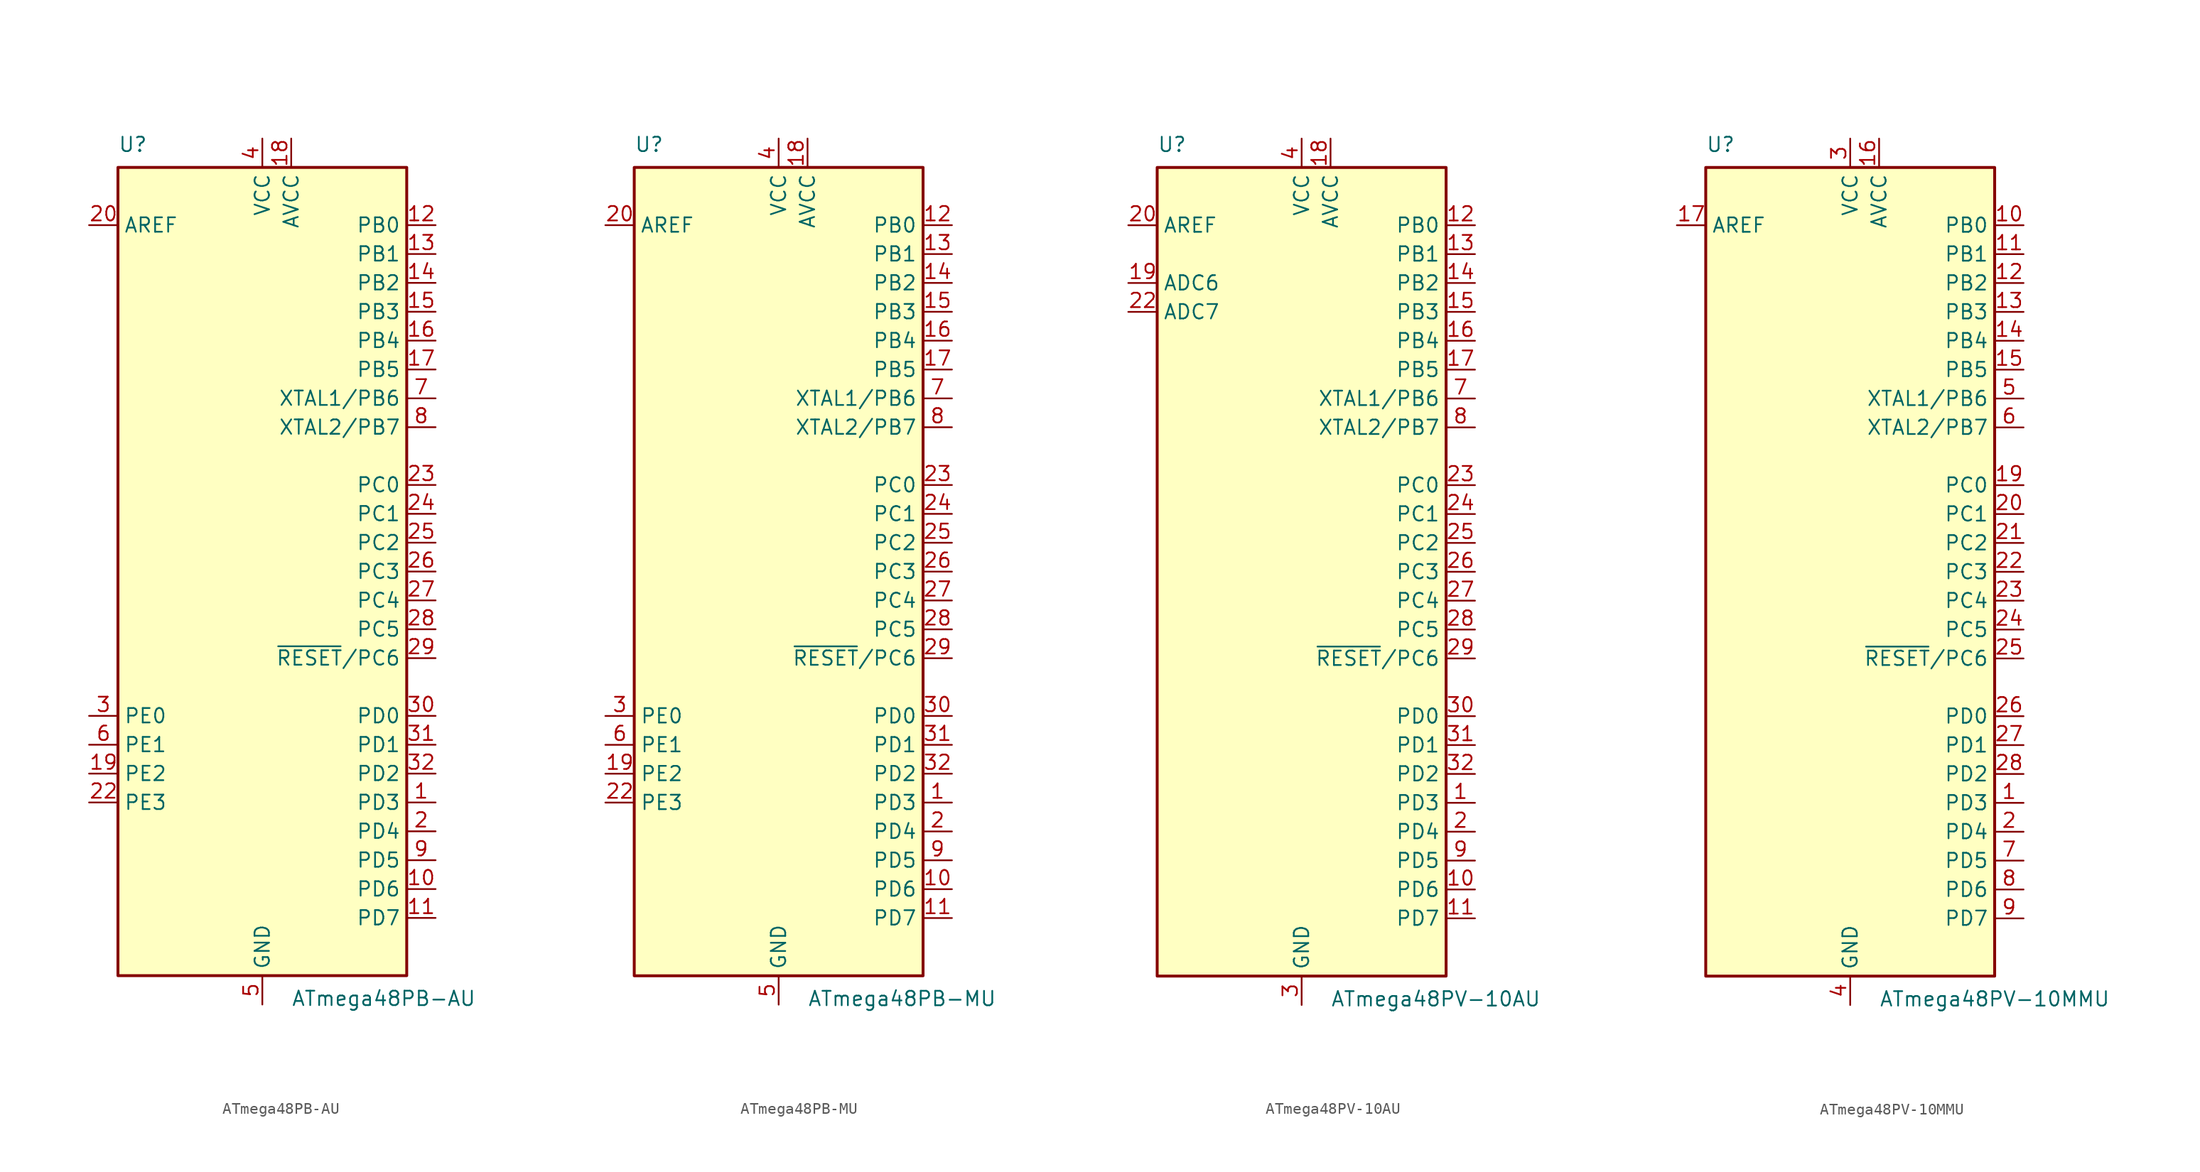
<source format=kicad_sym>
(kicad_symbol_lib
  (version 20201005)
  (generator kicad_symbol_editor)
  (symbol "ATmega48PB-AU"
    (property "Reference" "U"
      (at -12.7 36.83 0)
      (effects (font (size 1.27 1.27)) (justify left bottom)))
    (property "Value" "ATmega48PB-AU"
      (at 2.54 -36.83 0)
      (effects (font (size 1.27 1.27)) (justify left top)))
    (symbol "ATmega48PB-AU_0_1"
      (rectangle (start -12.7 -35.56) (end 12.7 35.56) (stroke (width 0.254)) (fill (type background))))
    (symbol "ATmega48PB-AU_1_1"
      (pin tri_state line (at 15.24 -20.32 180) (length 2.54) (name "PD3" (effects (font (size 1.27 1.27)))) (number "1" (effects (font (size 1.27 1.27)))))
      (pin tri_state line (at 15.24 -27.94 180) (length 2.54) (name "PD6" (effects (font (size 1.27 1.27)))) (number "10" (effects (font (size 1.27 1.27)))))
      (pin tri_state line (at 15.24 -30.48 180) (length 2.54) (name "PD7" (effects (font (size 1.27 1.27)))) (number "11" (effects (font (size 1.27 1.27)))))
      (pin tri_state line (at 15.24 30.48 180) (length 2.54) (name "PB0" (effects (font (size 1.27 1.27)))) (number "12" (effects (font (size 1.27 1.27)))))
      (pin tri_state line (at 15.24 27.94 180) (length 2.54) (name "PB1" (effects (font (size 1.27 1.27)))) (number "13" (effects (font (size 1.27 1.27)))))
      (pin tri_state line (at 15.24 25.4 180) (length 2.54) (name "PB2" (effects (font (size 1.27 1.27)))) (number "14" (effects (font (size 1.27 1.27)))))
      (pin tri_state line (at 15.24 22.86 180) (length 2.54) (name "PB3" (effects (font (size 1.27 1.27)))) (number "15" (effects (font (size 1.27 1.27)))))
      (pin tri_state line (at 15.24 20.32 180) (length 2.54) (name "PB4" (effects (font (size 1.27 1.27)))) (number "16" (effects (font (size 1.27 1.27)))))
      (pin tri_state line (at 15.24 17.78 180) (length 2.54) (name "PB5" (effects (font (size 1.27 1.27)))) (number "17" (effects (font (size 1.27 1.27)))))
      (pin power_in line (at 2.54 38.1 270) (length 2.54) (name "AVCC" (effects (font (size 1.27 1.27)))) (number "18" (effects (font (size 1.27 1.27)))))
      (pin tri_state line (at -15.24 -17.78 0) (length 2.54) (name "PE2" (effects (font (size 1.27 1.27)))) (number "19" (effects (font (size 1.27 1.27)))))
      (pin tri_state line (at 15.24 -22.86 180) (length 2.54) (name "PD4" (effects (font (size 1.27 1.27)))) (number "2" (effects (font (size 1.27 1.27)))))
      (pin passive line (at -15.24 30.48 0) (length 2.54) (name "AREF" (effects (font (size 1.27 1.27)))) (number "20" (effects (font (size 1.27 1.27)))))
      (pin passive line (at 0 -38.1 90) (length 2.54) hide (name "GND" (effects (font (size 1.27 1.27)))) (number "21" (effects (font (size 1.27 1.27)))))
      (pin tri_state line (at -15.24 -20.32 0) (length 2.54) (name "PE3" (effects (font (size 1.27 1.27)))) (number "22" (effects (font (size 1.27 1.27)))))
      (pin tri_state line (at 15.24 7.62 180) (length 2.54) (name "PC0" (effects (font (size 1.27 1.27)))) (number "23" (effects (font (size 1.27 1.27)))))
      (pin tri_state line (at 15.24 5.08 180) (length 2.54) (name "PC1" (effects (font (size 1.27 1.27)))) (number "24" (effects (font (size 1.27 1.27)))))
      (pin tri_state line (at 15.24 2.54 180) (length 2.54) (name "PC2" (effects (font (size 1.27 1.27)))) (number "25" (effects (font (size 1.27 1.27)))))
      (pin tri_state line (at 15.24 0 180) (length 2.54) (name "PC3" (effects (font (size 1.27 1.27)))) (number "26" (effects (font (size 1.27 1.27)))))
      (pin tri_state line (at 15.24 -2.54 180) (length 2.54) (name "PC4" (effects (font (size 1.27 1.27)))) (number "27" (effects (font (size 1.27 1.27)))))
      (pin tri_state line (at 15.24 -5.08 180) (length 2.54) (name "PC5" (effects (font (size 1.27 1.27)))) (number "28" (effects (font (size 1.27 1.27)))))
      (pin tri_state line (at 15.24 -7.62 180) (length 2.54) (name "~RESET~/PC6" (effects (font (size 1.27 1.27)))) (number "29" (effects (font (size 1.27 1.27)))))
      (pin tri_state line (at -15.24 -12.7 0) (length 2.54) (name "PE0" (effects (font (size 1.27 1.27)))) (number "3" (effects (font (size 1.27 1.27)))))
      (pin tri_state line (at 15.24 -12.7 180) (length 2.54) (name "PD0" (effects (font (size 1.27 1.27)))) (number "30" (effects (font (size 1.27 1.27)))))
      (pin tri_state line (at 15.24 -15.24 180) (length 2.54) (name "PD1" (effects (font (size 1.27 1.27)))) (number "31" (effects (font (size 1.27 1.27)))))
      (pin tri_state line (at 15.24 -17.78 180) (length 2.54) (name "PD2" (effects (font (size 1.27 1.27)))) (number "32" (effects (font (size 1.27 1.27)))))
      (pin power_in line (at 0 38.1 270) (length 2.54) (name "VCC" (effects (font (size 1.27 1.27)))) (number "4" (effects (font (size 1.27 1.27)))))
      (pin power_in line (at 0 -38.1 90) (length 2.54) (name "GND" (effects (font (size 1.27 1.27)))) (number "5" (effects (font (size 1.27 1.27)))))
      (pin tri_state line (at -15.24 -15.24 0) (length 2.54) (name "PE1" (effects (font (size 1.27 1.27)))) (number "6" (effects (font (size 1.27 1.27)))))
      (pin tri_state line (at 15.24 15.24 180) (length 2.54) (name "XTAL1/PB6" (effects (font (size 1.27 1.27)))) (number "7" (effects (font (size 1.27 1.27)))))
      (pin tri_state line (at 15.24 12.7 180) (length 2.54) (name "XTAL2/PB7" (effects (font (size 1.27 1.27)))) (number "8" (effects (font (size 1.27 1.27)))))
      (pin tri_state line (at 15.24 -25.4 180) (length 2.54) (name "PD5" (effects (font (size 1.27 1.27)))) (number "9" (effects (font (size 1.27 1.27)))))))
  (symbol "ATmega48PB-MU"
    (property "Reference" "U"
      (at -12.7 36.83 0)
      (effects (font (size 1.27 1.27)) (justify left bottom)))
    (property "Value" "ATmega48PB-MU"
      (at 2.54 -36.83 0)
      (effects (font (size 1.27 1.27)) (justify left top)))
    (symbol "ATmega48PB-MU_0_1"
      (rectangle (start -12.7 -35.56) (end 12.7 35.56) (stroke (width 0.254)) (fill (type background))))
    (symbol "ATmega48PB-MU_1_1"
      (pin tri_state line (at 15.24 -20.32 180) (length 2.54) (name "PD3" (effects (font (size 1.27 1.27)))) (number "1" (effects (font (size 1.27 1.27)))))
      (pin tri_state line (at 15.24 -27.94 180) (length 2.54) (name "PD6" (effects (font (size 1.27 1.27)))) (number "10" (effects (font (size 1.27 1.27)))))
      (pin tri_state line (at 15.24 -30.48 180) (length 2.54) (name "PD7" (effects (font (size 1.27 1.27)))) (number "11" (effects (font (size 1.27 1.27)))))
      (pin tri_state line (at 15.24 30.48 180) (length 2.54) (name "PB0" (effects (font (size 1.27 1.27)))) (number "12" (effects (font (size 1.27 1.27)))))
      (pin tri_state line (at 15.24 27.94 180) (length 2.54) (name "PB1" (effects (font (size 1.27 1.27)))) (number "13" (effects (font (size 1.27 1.27)))))
      (pin tri_state line (at 15.24 25.4 180) (length 2.54) (name "PB2" (effects (font (size 1.27 1.27)))) (number "14" (effects (font (size 1.27 1.27)))))
      (pin tri_state line (at 15.24 22.86 180) (length 2.54) (name "PB3" (effects (font (size 1.27 1.27)))) (number "15" (effects (font (size 1.27 1.27)))))
      (pin tri_state line (at 15.24 20.32 180) (length 2.54) (name "PB4" (effects (font (size 1.27 1.27)))) (number "16" (effects (font (size 1.27 1.27)))))
      (pin tri_state line (at 15.24 17.78 180) (length 2.54) (name "PB5" (effects (font (size 1.27 1.27)))) (number "17" (effects (font (size 1.27 1.27)))))
      (pin power_in line (at 2.54 38.1 270) (length 2.54) (name "AVCC" (effects (font (size 1.27 1.27)))) (number "18" (effects (font (size 1.27 1.27)))))
      (pin tri_state line (at -15.24 -17.78 0) (length 2.54) (name "PE2" (effects (font (size 1.27 1.27)))) (number "19" (effects (font (size 1.27 1.27)))))
      (pin tri_state line (at 15.24 -22.86 180) (length 2.54) (name "PD4" (effects (font (size 1.27 1.27)))) (number "2" (effects (font (size 1.27 1.27)))))
      (pin passive line (at -15.24 30.48 0) (length 2.54) (name "AREF" (effects (font (size 1.27 1.27)))) (number "20" (effects (font (size 1.27 1.27)))))
      (pin passive line (at 0 -38.1 90) (length 2.54) hide (name "GND" (effects (font (size 1.27 1.27)))) (number "21" (effects (font (size 1.27 1.27)))))
      (pin tri_state line (at -15.24 -20.32 0) (length 2.54) (name "PE3" (effects (font (size 1.27 1.27)))) (number "22" (effects (font (size 1.27 1.27)))))
      (pin tri_state line (at 15.24 7.62 180) (length 2.54) (name "PC0" (effects (font (size 1.27 1.27)))) (number "23" (effects (font (size 1.27 1.27)))))
      (pin tri_state line (at 15.24 5.08 180) (length 2.54) (name "PC1" (effects (font (size 1.27 1.27)))) (number "24" (effects (font (size 1.27 1.27)))))
      (pin tri_state line (at 15.24 2.54 180) (length 2.54) (name "PC2" (effects (font (size 1.27 1.27)))) (number "25" (effects (font (size 1.27 1.27)))))
      (pin tri_state line (at 15.24 0 180) (length 2.54) (name "PC3" (effects (font (size 1.27 1.27)))) (number "26" (effects (font (size 1.27 1.27)))))
      (pin tri_state line (at 15.24 -2.54 180) (length 2.54) (name "PC4" (effects (font (size 1.27 1.27)))) (number "27" (effects (font (size 1.27 1.27)))))
      (pin tri_state line (at 15.24 -5.08 180) (length 2.54) (name "PC5" (effects (font (size 1.27 1.27)))) (number "28" (effects (font (size 1.27 1.27)))))
      (pin tri_state line (at 15.24 -7.62 180) (length 2.54) (name "~RESET~/PC6" (effects (font (size 1.27 1.27)))) (number "29" (effects (font (size 1.27 1.27)))))
      (pin tri_state line (at -15.24 -12.7 0) (length 2.54) (name "PE0" (effects (font (size 1.27 1.27)))) (number "3" (effects (font (size 1.27 1.27)))))
      (pin tri_state line (at 15.24 -12.7 180) (length 2.54) (name "PD0" (effects (font (size 1.27 1.27)))) (number "30" (effects (font (size 1.27 1.27)))))
      (pin tri_state line (at 15.24 -15.24 180) (length 2.54) (name "PD1" (effects (font (size 1.27 1.27)))) (number "31" (effects (font (size 1.27 1.27)))))
      (pin tri_state line (at 15.24 -17.78 180) (length 2.54) (name "PD2" (effects (font (size 1.27 1.27)))) (number "32" (effects (font (size 1.27 1.27)))))
      (pin passive line (at 0 -38.1 90) (length 2.54) hide (name "GND" (effects (font (size 1.27 1.27)))) (number "33" (effects (font (size 1.27 1.27)))))
      (pin power_in line (at 0 38.1 270) (length 2.54) (name "VCC" (effects (font (size 1.27 1.27)))) (number "4" (effects (font (size 1.27 1.27)))))
      (pin power_in line (at 0 -38.1 90) (length 2.54) (name "GND" (effects (font (size 1.27 1.27)))) (number "5" (effects (font (size 1.27 1.27)))))
      (pin tri_state line (at -15.24 -15.24 0) (length 2.54) (name "PE1" (effects (font (size 1.27 1.27)))) (number "6" (effects (font (size 1.27 1.27)))))
      (pin tri_state line (at 15.24 15.24 180) (length 2.54) (name "XTAL1/PB6" (effects (font (size 1.27 1.27)))) (number "7" (effects (font (size 1.27 1.27)))))
      (pin tri_state line (at 15.24 12.7 180) (length 2.54) (name "XTAL2/PB7" (effects (font (size 1.27 1.27)))) (number "8" (effects (font (size 1.27 1.27)))))
      (pin tri_state line (at 15.24 -25.4 180) (length 2.54) (name "PD5" (effects (font (size 1.27 1.27)))) (number "9" (effects (font (size 1.27 1.27)))))))
  (symbol "ATmega48PV-10AU"
    (property "Reference" "U"
      (at -12.7 36.83 0)
      (effects (font (size 1.27 1.27)) (justify left bottom)))
    (property "Value" "ATmega48PV-10AU"
      (at 2.54 -36.83 0)
      (effects (font (size 1.27 1.27)) (justify left top)))
    (symbol "ATmega48PV-10AU_0_1"
      (rectangle (start -12.7 -35.56) (end 12.7 35.56) (stroke (width 0.254)) (fill (type background))))
    (symbol "ATmega48PV-10AU_1_1"
      (pin tri_state line (at 15.24 -20.32 180) (length 2.54) (name "PD3" (effects (font (size 1.27 1.27)))) (number "1" (effects (font (size 1.27 1.27)))))
      (pin tri_state line (at 15.24 -27.94 180) (length 2.54) (name "PD6" (effects (font (size 1.27 1.27)))) (number "10" (effects (font (size 1.27 1.27)))))
      (pin tri_state line (at 15.24 -30.48 180) (length 2.54) (name "PD7" (effects (font (size 1.27 1.27)))) (number "11" (effects (font (size 1.27 1.27)))))
      (pin tri_state line (at 15.24 30.48 180) (length 2.54) (name "PB0" (effects (font (size 1.27 1.27)))) (number "12" (effects (font (size 1.27 1.27)))))
      (pin tri_state line (at 15.24 27.94 180) (length 2.54) (name "PB1" (effects (font (size 1.27 1.27)))) (number "13" (effects (font (size 1.27 1.27)))))
      (pin tri_state line (at 15.24 25.4 180) (length 2.54) (name "PB2" (effects (font (size 1.27 1.27)))) (number "14" (effects (font (size 1.27 1.27)))))
      (pin tri_state line (at 15.24 22.86 180) (length 2.54) (name "PB3" (effects (font (size 1.27 1.27)))) (number "15" (effects (font (size 1.27 1.27)))))
      (pin tri_state line (at 15.24 20.32 180) (length 2.54) (name "PB4" (effects (font (size 1.27 1.27)))) (number "16" (effects (font (size 1.27 1.27)))))
      (pin tri_state line (at 15.24 17.78 180) (length 2.54) (name "PB5" (effects (font (size 1.27 1.27)))) (number "17" (effects (font (size 1.27 1.27)))))
      (pin power_in line (at 2.54 38.1 270) (length 2.54) (name "AVCC" (effects (font (size 1.27 1.27)))) (number "18" (effects (font (size 1.27 1.27)))))
      (pin input line (at -15.24 25.4 0) (length 2.54) (name "ADC6" (effects (font (size 1.27 1.27)))) (number "19" (effects (font (size 1.27 1.27)))))
      (pin tri_state line (at 15.24 -22.86 180) (length 2.54) (name "PD4" (effects (font (size 1.27 1.27)))) (number "2" (effects (font (size 1.27 1.27)))))
      (pin passive line (at -15.24 30.48 0) (length 2.54) (name "AREF" (effects (font (size 1.27 1.27)))) (number "20" (effects (font (size 1.27 1.27)))))
      (pin passive line (at 0 -38.1 90) (length 2.54) hide (name "GND" (effects (font (size 1.27 1.27)))) (number "21" (effects (font (size 1.27 1.27)))))
      (pin input line (at -15.24 22.86 0) (length 2.54) (name "ADC7" (effects (font (size 1.27 1.27)))) (number "22" (effects (font (size 1.27 1.27)))))
      (pin tri_state line (at 15.24 7.62 180) (length 2.54) (name "PC0" (effects (font (size 1.27 1.27)))) (number "23" (effects (font (size 1.27 1.27)))))
      (pin tri_state line (at 15.24 5.08 180) (length 2.54) (name "PC1" (effects (font (size 1.27 1.27)))) (number "24" (effects (font (size 1.27 1.27)))))
      (pin tri_state line (at 15.24 2.54 180) (length 2.54) (name "PC2" (effects (font (size 1.27 1.27)))) (number "25" (effects (font (size 1.27 1.27)))))
      (pin tri_state line (at 15.24 0 180) (length 2.54) (name "PC3" (effects (font (size 1.27 1.27)))) (number "26" (effects (font (size 1.27 1.27)))))
      (pin tri_state line (at 15.24 -2.54 180) (length 2.54) (name "PC4" (effects (font (size 1.27 1.27)))) (number "27" (effects (font (size 1.27 1.27)))))
      (pin tri_state line (at 15.24 -5.08 180) (length 2.54) (name "PC5" (effects (font (size 1.27 1.27)))) (number "28" (effects (font (size 1.27 1.27)))))
      (pin tri_state line (at 15.24 -7.62 180) (length 2.54) (name "~RESET~/PC6" (effects (font (size 1.27 1.27)))) (number "29" (effects (font (size 1.27 1.27)))))
      (pin power_in line (at 0 -38.1 90) (length 2.54) (name "GND" (effects (font (size 1.27 1.27)))) (number "3" (effects (font (size 1.27 1.27)))))
      (pin tri_state line (at 15.24 -12.7 180) (length 2.54) (name "PD0" (effects (font (size 1.27 1.27)))) (number "30" (effects (font (size 1.27 1.27)))))
      (pin tri_state line (at 15.24 -15.24 180) (length 2.54) (name "PD1" (effects (font (size 1.27 1.27)))) (number "31" (effects (font (size 1.27 1.27)))))
      (pin tri_state line (at 15.24 -17.78 180) (length 2.54) (name "PD2" (effects (font (size 1.27 1.27)))) (number "32" (effects (font (size 1.27 1.27)))))
      (pin power_in line (at 0 38.1 270) (length 2.54) (name "VCC" (effects (font (size 1.27 1.27)))) (number "4" (effects (font (size 1.27 1.27)))))
      (pin passive line (at 0 -38.1 90) (length 2.54) hide (name "GND" (effects (font (size 1.27 1.27)))) (number "5" (effects (font (size 1.27 1.27)))))
      (pin passive line (at 0 38.1 270) (length 2.54) hide (name "VCC" (effects (font (size 1.27 1.27)))) (number "6" (effects (font (size 1.27 1.27)))))
      (pin tri_state line (at 15.24 15.24 180) (length 2.54) (name "XTAL1/PB6" (effects (font (size 1.27 1.27)))) (number "7" (effects (font (size 1.27 1.27)))))
      (pin tri_state line (at 15.24 12.7 180) (length 2.54) (name "XTAL2/PB7" (effects (font (size 1.27 1.27)))) (number "8" (effects (font (size 1.27 1.27)))))
      (pin tri_state line (at 15.24 -25.4 180) (length 2.54) (name "PD5" (effects (font (size 1.27 1.27)))) (number "9" (effects (font (size 1.27 1.27)))))))
  (symbol "ATmega48PV-10MMU"
    (property "Reference" "U"
      (at -12.7 36.83 0)
      (effects (font (size 1.27 1.27)) (justify left bottom)))
    (property "Value" "ATmega48PV-10MMU"
      (at 2.54 -36.83 0)
      (effects (font (size 1.27 1.27)) (justify left top)))
    (symbol "ATmega48PV-10MMU_0_1"
      (rectangle (start -12.7 -35.56) (end 12.7 35.56) (stroke (width 0.254)) (fill (type background))))
    (symbol "ATmega48PV-10MMU_1_1"
      (pin tri_state line (at 15.24 -20.32 180) (length 2.54) (name "PD3" (effects (font (size 1.27 1.27)))) (number "1" (effects (font (size 1.27 1.27)))))
      (pin tri_state line (at 15.24 30.48 180) (length 2.54) (name "PB0" (effects (font (size 1.27 1.27)))) (number "10" (effects (font (size 1.27 1.27)))))
      (pin tri_state line (at 15.24 27.94 180) (length 2.54) (name "PB1" (effects (font (size 1.27 1.27)))) (number "11" (effects (font (size 1.27 1.27)))))
      (pin tri_state line (at 15.24 25.4 180) (length 2.54) (name "PB2" (effects (font (size 1.27 1.27)))) (number "12" (effects (font (size 1.27 1.27)))))
      (pin tri_state line (at 15.24 22.86 180) (length 2.54) (name "PB3" (effects (font (size 1.27 1.27)))) (number "13" (effects (font (size 1.27 1.27)))))
      (pin tri_state line (at 15.24 20.32 180) (length 2.54) (name "PB4" (effects (font (size 1.27 1.27)))) (number "14" (effects (font (size 1.27 1.27)))))
      (pin tri_state line (at 15.24 17.78 180) (length 2.54) (name "PB5" (effects (font (size 1.27 1.27)))) (number "15" (effects (font (size 1.27 1.27)))))
      (pin power_in line (at 2.54 38.1 270) (length 2.54) (name "AVCC" (effects (font (size 1.27 1.27)))) (number "16" (effects (font (size 1.27 1.27)))))
      (pin passive line (at -15.24 30.48 0) (length 2.54) (name "AREF" (effects (font (size 1.27 1.27)))) (number "17" (effects (font (size 1.27 1.27)))))
      (pin passive line (at 0 -38.1 90) (length 2.54) hide (name "GND" (effects (font (size 1.27 1.27)))) (number "18" (effects (font (size 1.27 1.27)))))
      (pin tri_state line (at 15.24 7.62 180) (length 2.54) (name "PC0" (effects (font (size 1.27 1.27)))) (number "19" (effects (font (size 1.27 1.27)))))
      (pin tri_state line (at 15.24 -22.86 180) (length 2.54) (name "PD4" (effects (font (size 1.27 1.27)))) (number "2" (effects (font (size 1.27 1.27)))))
      (pin tri_state line (at 15.24 5.08 180) (length 2.54) (name "PC1" (effects (font (size 1.27 1.27)))) (number "20" (effects (font (size 1.27 1.27)))))
      (pin tri_state line (at 15.24 2.54 180) (length 2.54) (name "PC2" (effects (font (size 1.27 1.27)))) (number "21" (effects (font (size 1.27 1.27)))))
      (pin tri_state line (at 15.24 0 180) (length 2.54) (name "PC3" (effects (font (size 1.27 1.27)))) (number "22" (effects (font (size 1.27 1.27)))))
      (pin tri_state line (at 15.24 -2.54 180) (length 2.54) (name "PC4" (effects (font (size 1.27 1.27)))) (number "23" (effects (font (size 1.27 1.27)))))
      (pin tri_state line (at 15.24 -5.08 180) (length 2.54) (name "PC5" (effects (font (size 1.27 1.27)))) (number "24" (effects (font (size 1.27 1.27)))))
      (pin tri_state line (at 15.24 -7.62 180) (length 2.54) (name "~RESET~/PC6" (effects (font (size 1.27 1.27)))) (number "25" (effects (font (size 1.27 1.27)))))
      (pin tri_state line (at 15.24 -12.7 180) (length 2.54) (name "PD0" (effects (font (size 1.27 1.27)))) (number "26" (effects (font (size 1.27 1.27)))))
      (pin tri_state line (at 15.24 -15.24 180) (length 2.54) (name "PD1" (effects (font (size 1.27 1.27)))) (number "27" (effects (font (size 1.27 1.27)))))
      (pin tri_state line (at 15.24 -17.78 180) (length 2.54) (name "PD2" (effects (font (size 1.27 1.27)))) (number "28" (effects (font (size 1.27 1.27)))))
      (pin passive line (at 0 -38.1 90) (length 2.54) hide (name "GND" (effects (font (size 1.27 1.27)))) (number "29" (effects (font (size 1.27 1.27)))))
      (pin power_in line (at 0 38.1 270) (length 2.54) (name "VCC" (effects (font (size 1.27 1.27)))) (number "3" (effects (font (size 1.27 1.27)))))
      (pin power_in line (at 0 -38.1 90) (length 2.54) (name "GND" (effects (font (size 1.27 1.27)))) (number "4" (effects (font (size 1.27 1.27)))))
      (pin tri_state line (at 15.24 15.24 180) (length 2.54) (name "XTAL1/PB6" (effects (font (size 1.27 1.27)))) (number "5" (effects (font (size 1.27 1.27)))))
      (pin tri_state line (at 15.24 12.7 180) (length 2.54) (name "XTAL2/PB7" (effects (font (size 1.27 1.27)))) (number "6" (effects (font (size 1.27 1.27)))))
      (pin tri_state line (at 15.24 -25.4 180) (length 2.54) (name "PD5" (effects (font (size 1.27 1.27)))) (number "7" (effects (font (size 1.27 1.27)))))
      (pin tri_state line (at 15.24 -27.94 180) (length 2.54) (name "PD6" (effects (font (size 1.27 1.27)))) (number "8" (effects (font (size 1.27 1.27)))))
      (pin tri_state line (at 15.24 -30.48 180) (length 2.54) (name "PD7" (effects (font (size 1.27 1.27)))) (number "9" (effects (font (size 1.27 1.27))))))))
</source>
